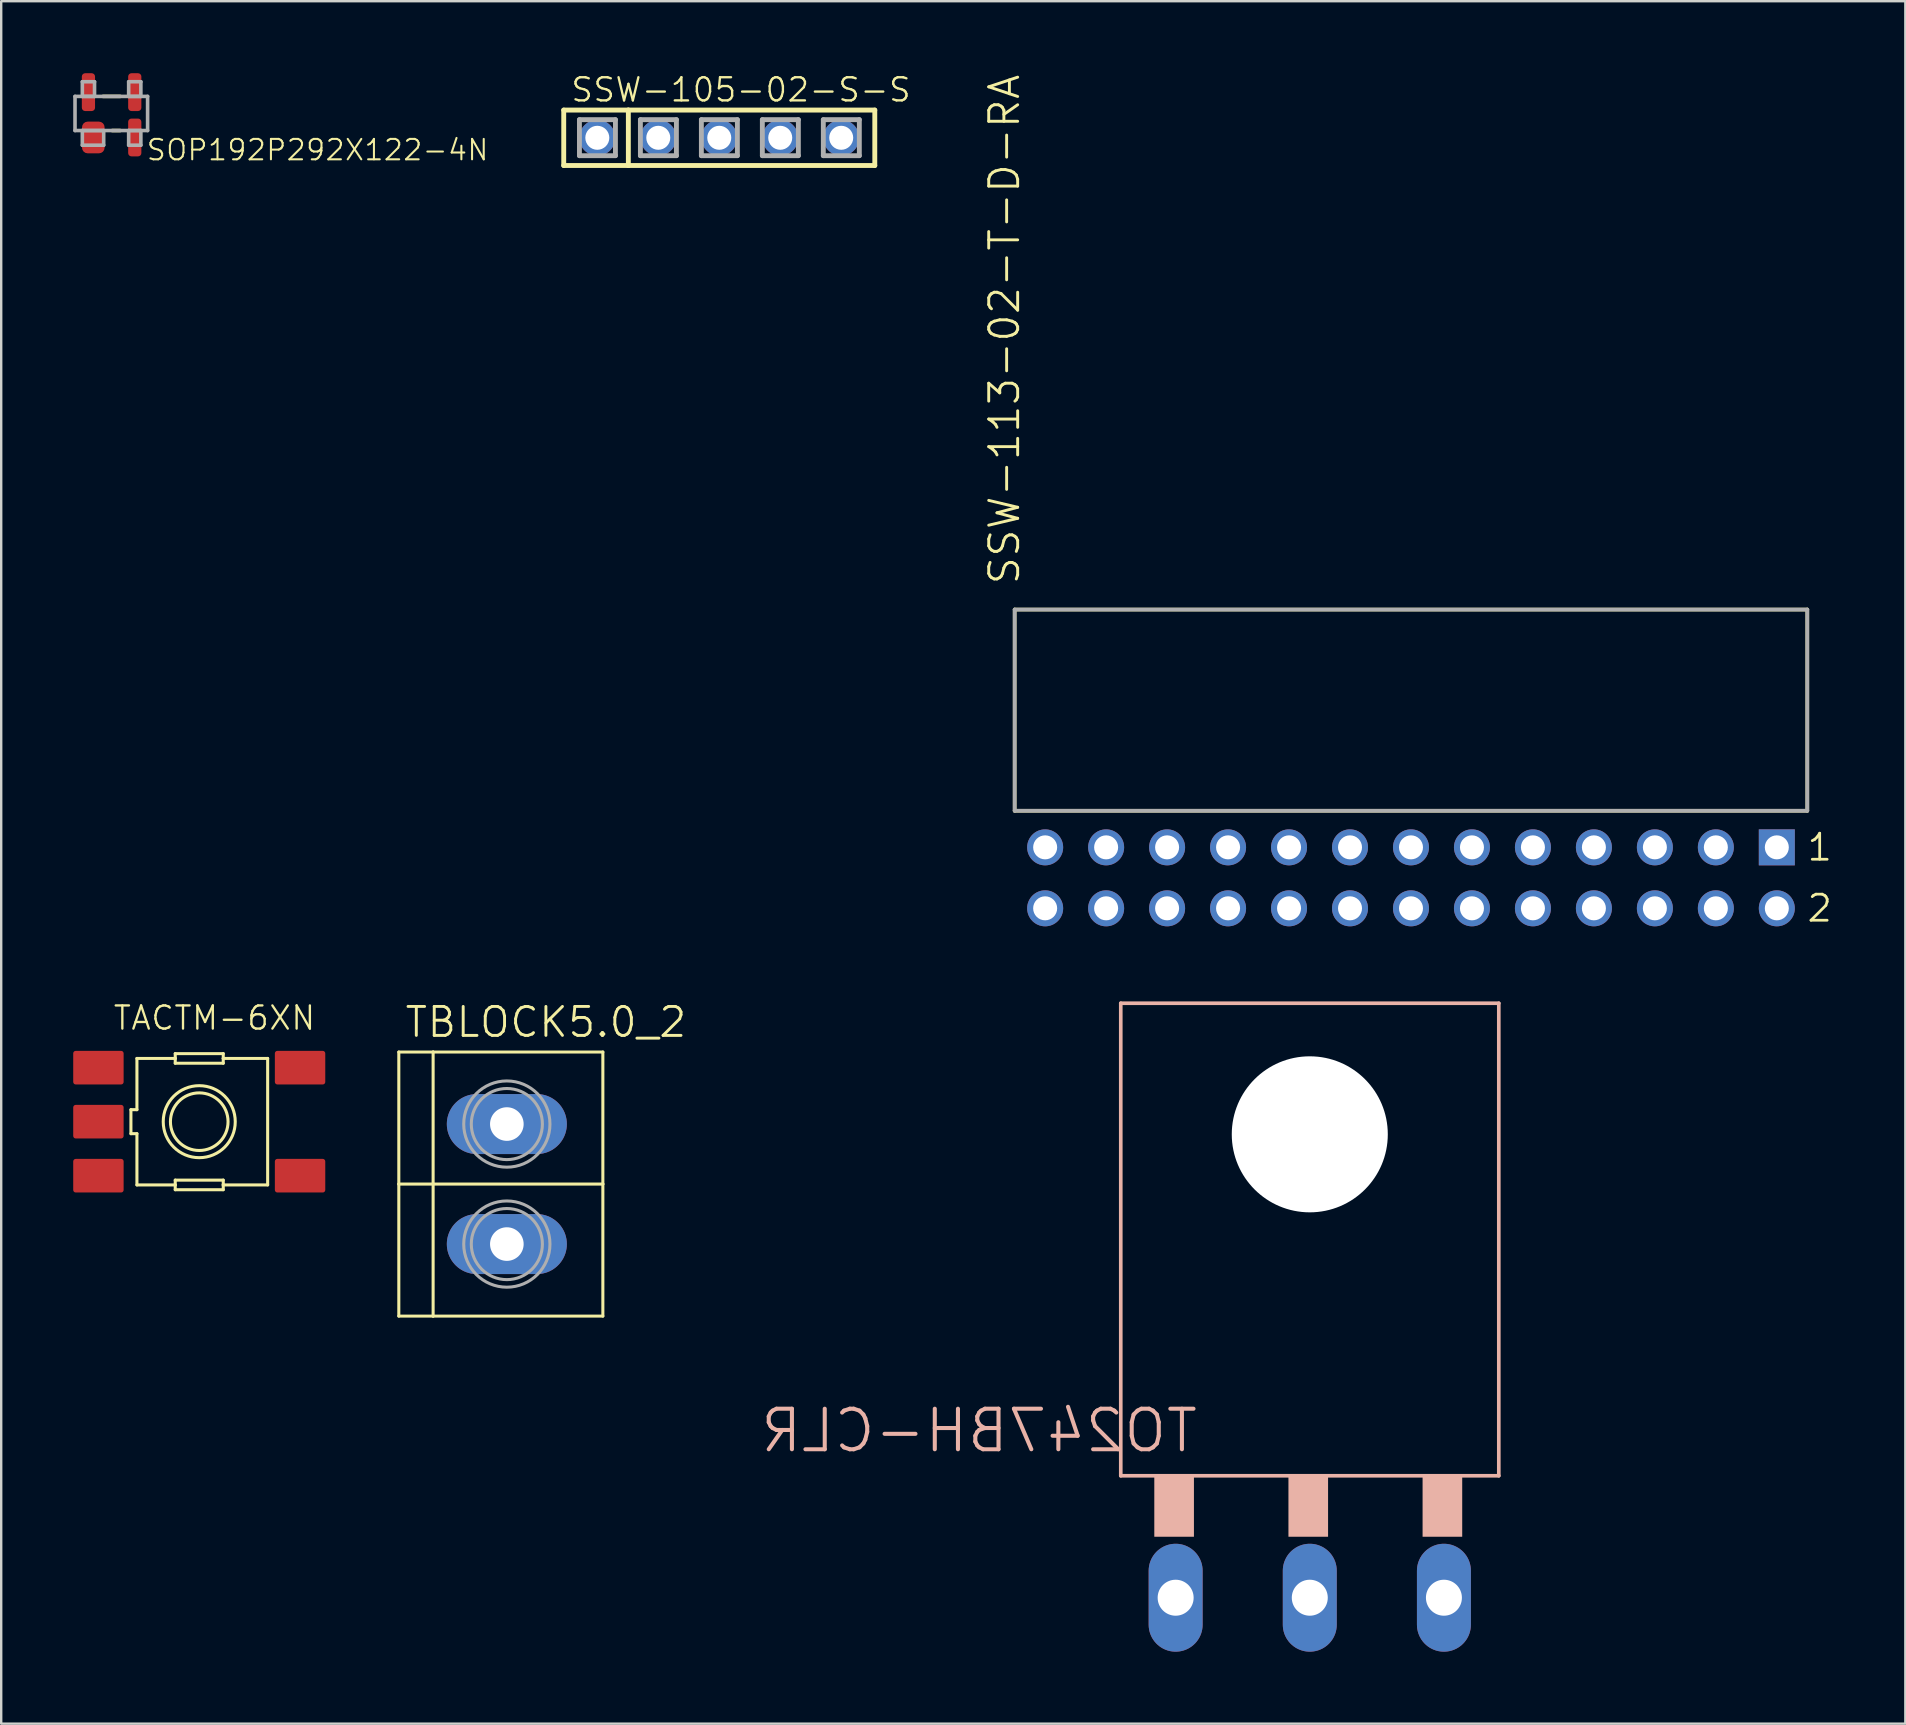
<source format=kicad_pcb>
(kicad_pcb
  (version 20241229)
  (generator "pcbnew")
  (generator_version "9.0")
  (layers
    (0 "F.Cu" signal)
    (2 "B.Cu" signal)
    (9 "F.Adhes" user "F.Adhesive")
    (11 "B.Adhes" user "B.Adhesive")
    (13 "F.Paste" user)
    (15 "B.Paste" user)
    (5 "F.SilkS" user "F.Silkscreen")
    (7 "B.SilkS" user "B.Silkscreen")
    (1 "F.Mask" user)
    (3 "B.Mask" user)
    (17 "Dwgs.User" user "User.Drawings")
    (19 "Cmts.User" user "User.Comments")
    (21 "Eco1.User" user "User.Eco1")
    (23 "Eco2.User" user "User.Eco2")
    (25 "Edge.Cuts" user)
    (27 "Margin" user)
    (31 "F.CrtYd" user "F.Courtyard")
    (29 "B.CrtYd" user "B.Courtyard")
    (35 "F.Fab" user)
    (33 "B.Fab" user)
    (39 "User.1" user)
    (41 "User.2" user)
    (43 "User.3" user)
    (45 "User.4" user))
  (footprint "TACTM-6XN"
    (layer "F.Cu")
    (at 5.25 43.677)
    (property "Reference" "TACTM-6XN" (at -3.635 -3.755 0) (layer "F.SilkS") (effects (font (size 0.965 0.965) (thickness 0.097)) (justify left bottom)))
    (attr through_hole)
    (fp_line (start -2.846 -0.5) (end -2.846 0.5) (stroke (width 0.127) (type solid)) (layer "F.SilkS"))
    (fp_line (start -2.846 0.5) (end -2.596 0.5) (stroke (width 0.127) (type solid)) (layer "F.SilkS"))
    (fp_line (start -2.596 -2.635) (end -2.596 -0.5) (stroke (width 0.127) (type solid)) (layer "F.SilkS"))
    (fp_line (start -2.596 -2.635) (end -1 -2.635) (stroke (width 0.127) (type solid)) (layer "F.SilkS"))
    (fp_line (start -2.596 -0.5) (end -2.846 -0.5) (stroke (width 0.127) (type solid)) (layer "F.SilkS"))
    (fp_line (start -2.596 0.5) (end -2.596 2.635) (stroke (width 0.127) (type solid)) (layer "F.SilkS"))
    (fp_line (start -1 -2.835) (end -1 -2.635) (stroke (width 0.127) (type solid)) (layer "F.SilkS"))
    (fp_line (start -1 -2.635) (end -1 -2.435) (stroke (width 0.127) (type solid)) (layer "F.SilkS"))
    (fp_line (start -1 -2.435) (end 1 -2.435) (stroke (width 0.127) (type solid)) (layer "F.SilkS"))
    (fp_line (start -1 2.435) (end -1 2.635) (stroke (width 0.127) (type solid)) (layer "F.SilkS"))
    (fp_line (start -1 2.635) (end -2.596 2.635) (stroke (width 0.127) (type solid)) (layer "F.SilkS"))
    (fp_line (start -1 2.635) (end -1 2.835) (stroke (width 0.127) (type solid)) (layer "F.SilkS"))
    (fp_line (start -1 2.835) (end 1 2.835) (stroke (width 0.127) (type solid)) (layer "F.SilkS"))
    (fp_line (start 1 -2.835) (end -1 -2.835) (stroke (width 0.127) (type solid)) (layer "F.SilkS"))
    (fp_line (start 1 -2.635) (end 1 -2.835) (stroke (width 0.127) (type solid)) (layer "F.SilkS"))
    (fp_line (start 1 -2.635) (end 2.85 -2.635) (stroke (width 0.127) (type solid)) (layer "F.SilkS"))
    (fp_line (start 1 -2.435) (end 1 -2.635) (stroke (width 0.127) (type solid)) (layer "F.SilkS"))
    (fp_line (start 1 2.435) (end -1 2.435) (stroke (width 0.127) (type solid)) (layer "F.SilkS"))
    (fp_line (start 1 2.635) (end 1 2.435) (stroke (width 0.127) (type solid)) (layer "F.SilkS"))
    (fp_line (start 1 2.635) (end 2.85 2.635) (stroke (width 0.127) (type solid)) (layer "F.SilkS"))
    (fp_line (start 1 2.835) (end 1 2.635) (stroke (width 0.127) (type solid)) (layer "F.SilkS"))
    (fp_line (start 2.85 2.635) (end 2.85 -2.635) (stroke (width 0.127) (type solid)) (layer "F.SilkS"))
    (fp_circle (center 0 0) (end 1.2 0) (stroke (width 0.127) (type solid)) (fill no) (layer "F.SilkS"))
    (fp_circle (center 0 0) (end 1.5 0) (stroke (width 0.127) (type solid)) (fill no) (layer "F.SilkS"))
    (fp_poly (pts (xy -4.699 0.381) (xy -3.81 0.381) (xy -3.81 -0.381) (xy -4.699 -0.381)) (stroke (width 0) (type solid)) (fill yes) (layer "F.Paste"))
    (pad "1" smd roundrect (at -4.2 -2.25) (size 2.1 1.4) (layers "F.Cu" "F.Mask" "F.Paste") (roundrect_rratio 0.075))
    (pad "2" smd roundrect (at 4.2 -2.25) (size 2.1 1.4) (layers "F.Cu" "F.Mask" "F.Paste") (roundrect_rratio 0.075))
    (pad "3" smd roundrect (at -4.2 2.25) (size 2.1 1.4) (layers "F.Cu" "F.Mask" "F.Paste") (roundrect_rratio 0.075))
    (pad "4" smd roundrect (at 4.2 2.25) (size 2.1 1.4) (layers "F.Cu" "F.Mask" "F.Paste") (roundrect_rratio 0.075))
    (pad "5" smd roundrect (at -4.2 0) (size 2.1 1.4) (layers "F.Cu" "F.Mask") (roundrect_rratio 0.075)))
  (footprint "TBLOCK5.0_2"
    (layer "F.Cu")
    (at 18.064 43.776)
    (property "Reference" "TBLOCK5.0_2" (at -4.31 -3.54 0) (layer "F.SilkS") (effects (font (size 1.206 1.206) (thickness 0.121)) (justify left bottom)))
    (attr through_hole)
    (fp_line (start -4.5 -3) (end -3.071 -3) (stroke (width 0.127) (type solid)) (layer "F.SilkS"))
    (fp_line (start -4.5 2.5) (end -4.5 -3) (stroke (width 0.127) (type solid)) (layer "F.SilkS"))
    (fp_line (start -4.5 2.5) (end 4 2.5) (stroke (width 0.127) (type solid)) (layer "F.SilkS"))
    (fp_line (start -4.5 8) (end -4.5 2.5) (stroke (width 0.127) (type solid)) (layer "F.SilkS"))
    (fp_line (start -3.071 -3) (end -3.071 8) (stroke (width 0.127) (type solid)) (layer "F.SilkS"))
    (fp_line (start -3.071 -3) (end 4 -3) (stroke (width 0.127) (type solid)) (layer "F.SilkS"))
    (fp_line (start -3.071 8) (end -4.5 8) (stroke (width 0.127) (type solid)) (layer "F.SilkS"))
    (fp_line (start 4 -3) (end 4 2.5) (stroke (width 0.127) (type solid)) (layer "F.SilkS"))
    (fp_line (start 4 2.5) (end 4 8) (stroke (width 0.127) (type solid)) (layer "F.SilkS"))
    (fp_line (start 4 8) (end -3.071 8) (stroke (width 0.127) (type solid)) (layer "F.SilkS"))
    (fp_circle (center 0 0) (end 1.481 0) (stroke (width 0.127) (type solid)) (fill no) (layer "F.Fab"))
    (fp_circle (center 0 0) (end 1.796 0) (stroke (width 0.127) (type solid)) (fill no) (layer "F.Fab"))
    (fp_circle (center 0 5) (end 1.481 5) (stroke (width 0.127) (type solid)) (fill no) (layer "F.Fab"))
    (fp_circle (center 0 5) (end 1.796 5) (stroke (width 0.127) (type solid)) (fill no) (layer "F.Fab"))
    (pad "1" thru_hole oval (at 0 0) (size 5 2.5) (drill 1.4) (layers "*.Cu" "*.Mask"))
    (pad "2" thru_hole oval (at 0 5) (size 5 2.5) (drill 1.4) (layers "*.Cu" "*.Mask")))
  (footprint "SOP192P292X122-4N"
    (layer "F.Cu")
    (at 1.599 1.677)
    (property "Reference" "SOP192P292X122-4N" (at 1.401 2.018 180) (layer "F.SilkS") (effects (font (size 0.85 0.85) (thickness 0.085)) (justify left bottom)))
    (attr through_hole)
    (fp_line (start -0.356 -0.711) (end 0.356 -0.711) (stroke (width 0.15) (type solid)) (layer "F.SilkS"))
    (fp_line (start 0.356 0.711) (end 0.025 0.711) (stroke (width 0.15) (type solid)) (layer "F.SilkS"))
    (fp_line (start -1.524 -0.711) (end 1.5 -0.711) (stroke (width 0.15) (type solid)) (layer "F.Fab"))
    (fp_line (start -1.524 0.711) (end -1.524 -0.711) (stroke (width 0.15) (type solid)) (layer "F.Fab"))
    (fp_line (start -1.219 -1.321) (end -1.219 -0.711) (stroke (width 0.15) (type solid)) (layer "F.Fab"))
    (fp_line (start -1.219 -0.711) (end -0.711 -0.711) (stroke (width 0.15) (type solid)) (layer "F.Fab"))
    (fp_line (start -1.219 0.711) (end -1.219 1.321) (stroke (width 0.15) (type solid)) (layer "F.Fab"))
    (fp_line (start -1.219 1.321) (end -0.33 1.321) (stroke (width 0.15) (type solid)) (layer "F.Fab"))
    (fp_line (start -0.711 -1.321) (end -1.219 -1.321) (stroke (width 0.15) (type solid)) (layer "F.Fab"))
    (fp_line (start -0.711 -0.711) (end -0.711 -1.321) (stroke (width 0.15) (type solid)) (layer "F.Fab"))
    (fp_line (start -0.33 0.711) (end -1.219 0.711) (stroke (width 0.15) (type solid)) (layer "F.Fab"))
    (fp_line (start -0.33 1.321) (end -0.33 0.711) (stroke (width 0.15) (type solid)) (layer "F.Fab"))
    (fp_line (start 0.711 -1.321) (end 0.711 -0.711) (stroke (width 0.15) (type solid)) (layer "F.Fab"))
    (fp_line (start 0.711 -0.711) (end 1.219 -0.711) (stroke (width 0.15) (type solid)) (layer "F.Fab"))
    (fp_line (start 0.711 0.711) (end 0.711 1.321) (stroke (width 0.15) (type solid)) (layer "F.Fab"))
    (fp_line (start 0.711 1.321) (end 1.219 1.321) (stroke (width 0.15) (type solid)) (layer "F.Fab"))
    (fp_line (start 1.219 -1.321) (end 0.711 -1.321) (stroke (width 0.15) (type solid)) (layer "F.Fab"))
    (fp_line (start 1.219 -0.711) (end 1.219 -1.321) (stroke (width 0.15) (type solid)) (layer "F.Fab"))
    (fp_line (start 1.219 0.711) (end 0.711 0.711) (stroke (width 0.15) (type solid)) (layer "F.Fab"))
    (fp_line (start 1.219 1.321) (end 1.219 0.711) (stroke (width 0.15) (type solid)) (layer "F.Fab"))
    (fp_line (start 1.5 -0.711) (end 1.5 0.711) (stroke (width 0.15) (type solid)) (layer "F.Fab"))
    (fp_line (start 1.5 0.711) (end -1.524 0.711) (stroke (width 0.15) (type solid)) (layer "F.Fab"))
    (pad "1" smd roundrect (at -0.762 1) (size 0.94 1.321) (layers "F.Cu" "F.Mask" "F.Paste") (roundrect_rratio 0.25))
    (pad "2" smd roundrect (at 0.965 1) (size 0.55 1.575) (layers "F.Cu" "F.Mask" "F.Paste") (roundrect_rratio 0.25))
    (pad "3" smd roundrect (at 0.965 -0.889) (size 0.55 1.575) (layers "F.Cu" "F.Mask" "F.Paste") (roundrect_rratio 0.25))
    (pad "4" smd roundrect (at -0.965 -0.889) (size 0.55 1.575) (layers "F.Cu" "F.Mask" "F.Paste") (roundrect_rratio 0.25)))
  (footprint "SSW-105-02-S-S"
    (layer "F.Cu")
    (at 26.913 2.69)
    (property "Reference" "SSW-105-02-S-S" (at -6.236 -1.435 180) (layer "F.SilkS") (effects (font (size 0.965 0.965) (thickness 0.097)) (justify left bottom)))
    (attr through_hole)
    (fp_line (start -6.479 -1.155) (end -3.787 -1.155) (stroke (width 0.203) (type solid)) (layer "F.SilkS"))
    (fp_line (start -6.479 1.155) (end -6.479 -1.155) (stroke (width 0.203) (type solid)) (layer "F.SilkS"))
    (fp_line (start -3.787 -1.155) (end 6.479 -1.155) (stroke (width 0.203) (type solid)) (layer "F.SilkS"))
    (fp_line (start -3.787 1.155) (end -6.479 1.155) (stroke (width 0.203) (type solid)) (layer "F.SilkS"))
    (fp_line (start -3.787 1.155) (end -3.787 -1.155) (stroke (width 0.203) (type solid)) (layer "F.SilkS"))
    (fp_line (start 6.479 -1.155) (end 6.479 1.155) (stroke (width 0.203) (type solid)) (layer "F.SilkS"))
    (fp_line (start 6.479 1.155) (end -3.787 1.155) (stroke (width 0.203) (type solid)) (layer "F.SilkS"))
    (fp_line (start -5.825 -0.755) (end -4.325 -0.755) (stroke (width 0.203) (type solid)) (layer "F.Fab"))
    (fp_line (start -5.825 0.745) (end -5.825 -0.755) (stroke (width 0.203) (type solid)) (layer "F.Fab"))
    (fp_line (start -4.325 -0.755) (end -4.325 0.745) (stroke (width 0.203) (type solid)) (layer "F.Fab"))
    (fp_line (start -4.325 0.745) (end -5.825 0.745) (stroke (width 0.203) (type solid)) (layer "F.Fab"))
    (fp_line (start -3.285 -0.755) (end -1.785 -0.755) (stroke (width 0.203) (type solid)) (layer "F.Fab"))
    (fp_line (start -3.285 0.745) (end -3.285 -0.755) (stroke (width 0.203) (type solid)) (layer "F.Fab"))
    (fp_line (start -1.785 -0.755) (end -1.785 0.745) (stroke (width 0.203) (type solid)) (layer "F.Fab"))
    (fp_line (start -1.785 0.745) (end -3.285 0.745) (stroke (width 0.203) (type solid)) (layer "F.Fab"))
    (fp_line (start -0.745 -0.755) (end 0.755 -0.755) (stroke (width 0.203) (type solid)) (layer "F.Fab"))
    (fp_line (start -0.745 0.745) (end -0.745 -0.755) (stroke (width 0.203) (type solid)) (layer "F.Fab"))
    (fp_line (start 0.755 -0.755) (end 0.755 0.745) (stroke (width 0.203) (type solid)) (layer "F.Fab"))
    (fp_line (start 0.755 0.745) (end -0.745 0.745) (stroke (width 0.203) (type solid)) (layer "F.Fab"))
    (fp_line (start 1.795 -0.755) (end 3.295 -0.755) (stroke (width 0.203) (type solid)) (layer "F.Fab"))
    (fp_line (start 1.795 0.745) (end 1.795 -0.755) (stroke (width 0.203) (type solid)) (layer "F.Fab"))
    (fp_line (start 3.295 -0.755) (end 3.295 0.745) (stroke (width 0.203) (type solid)) (layer "F.Fab"))
    (fp_line (start 3.295 0.745) (end 1.795 0.745) (stroke (width 0.203) (type solid)) (layer "F.Fab"))
    (fp_line (start 4.335 -0.755) (end 5.835 -0.755) (stroke (width 0.203) (type solid)) (layer "F.Fab"))
    (fp_line (start 4.335 0.745) (end 4.335 -0.755) (stroke (width 0.203) (type solid)) (layer "F.Fab"))
    (fp_line (start 5.835 -0.755) (end 5.835 0.745) (stroke (width 0.203) (type solid)) (layer "F.Fab"))
    (fp_line (start 5.835 0.745) (end 4.335 0.745) (stroke (width 0.203) (type solid)) (layer "F.Fab"))
    (pad "1" thru_hole circle (at -5.08 0) (size 1.5 1.5) (drill 1) (layers "*.Cu" "*.Mask"))
    (pad "2" thru_hole circle (at -2.54 0) (size 1.5 1.5) (drill 1) (layers "*.Cu" "*.Mask"))
    (pad "3" thru_hole circle (at 0 0) (size 1.5 1.5) (drill 1) (layers "*.Cu" "*.Mask"))
    (pad "4" thru_hole circle (at 2.54 0) (size 1.5 1.5) (drill 1) (layers "*.Cu" "*.Mask"))
    (pad "5" thru_hole circle (at 5.08 0) (size 1.5 1.5) (drill 1) (layers "*.Cu" "*.Mask")))
  (footprint "TO247BH-CLR"
    (layer "F.Cu")
    (at 51.513 44.204)
    (property "Reference" "TO247BH-CLR" (at -4.572 13.335 0) (layer "B.SilkS") (effects (font (size 1.689 1.689) (thickness 0.169)) (justify left bottom mirror)))
    (attr through_hole)
    (fp_line (start -7.874 14.224) (end -7.874 -5.461) (stroke (width 0.152) (type solid)) (layer "B.SilkS"))
    (fp_line (start -7.874 14.224) (end 7.874 14.224) (stroke (width 0.152) (type solid)) (layer "B.SilkS"))
    (fp_line (start 7.874 -5.461) (end -7.874 -5.461) (stroke (width 0.152) (type solid)) (layer "B.SilkS"))
    (fp_line (start 7.874 -5.461) (end 7.874 14.224) (stroke (width 0.152) (type solid)) (layer "B.SilkS"))
    (fp_poly (pts (xy -6.477 16.764) (xy -4.826 16.764) (xy -4.826 14.224) (xy -6.477 14.224)) (stroke (width 0) (type solid)) (fill yes) (layer "B.SilkS"))
    (fp_poly (pts (xy -0.889 16.764) (xy 0.762 16.764) (xy 0.762 14.224) (xy -0.889 14.224)) (stroke (width 0) (type solid)) (fill yes) (layer "B.SilkS"))
    (fp_poly (pts (xy 4.699 16.764) (xy 6.35 16.764) (xy 6.35 14.224) (xy 4.699 14.224)) (stroke (width 0) (type solid)) (fill yes) (layer "B.SilkS"))
    (pad "" np_thru_hole circle (at 0 0) (size 6.5 6.5) (drill 6.5) (layers "*.Cu"))
    (pad "D" thru_hole oval (at 0 19.304 90) (size 4.496 2.248) (drill 1.499) (layers "*.Cu" "*.Mask"))
    (pad "G" thru_hole oval (at -5.588 19.304 90) (size 4.496 2.248) (drill 1.499) (layers "*.Cu" "*.Mask"))
    (pad "S" thru_hole oval (at 5.588 19.304 90) (size 4.496 2.248) (drill 1.499) (layers "*.Cu" "*.Mask")))
  (footprint "SSW-113-02-T-D-RA"
    (layer "F.Cu")
    (at 40.489 34.789)
    (property "Reference" "SSW-113-02-T-D-RA" (at -0.991 -13.411 270) (layer "F.SilkS") (effects (font (size 1.206 1.206) (thickness 0.121)) (justify left bottom)))
    (attr through_hole)
    (fp_line (start -1.27 -12.446) (end -1.27 -4.064) (stroke (width 0.152) (type solid)) (layer "F.SilkS"))
    (fp_line (start -1.27 -4.064) (end 31.75 -4.064) (stroke (width 0.152) (type solid)) (layer "F.SilkS"))
    (fp_line (start 31.75 -12.446) (end -1.27 -12.446) (stroke (width 0.152) (type solid)) (layer "F.SilkS"))
    (fp_line (start 31.75 -4.064) (end 31.75 -12.446) (stroke (width 0.152) (type solid)) (layer "F.SilkS"))
    (fp_line (start -1.27 -12.446) (end -1.27 -4.064) (stroke (width 0.152) (type solid)) (layer "F.Fab"))
    (fp_line (start -1.27 -4.064) (end 31.75 -4.064) (stroke (width 0.152) (type solid)) (layer "F.Fab"))
    (fp_line (start 31.75 -12.446) (end -1.27 -12.446) (stroke (width 0.152) (type solid)) (layer "F.Fab"))
    (fp_line (start 31.75 -4.064) (end 31.75 -12.446) (stroke (width 0.152) (type solid)) (layer "F.Fab"))
    (fp_text user "2" (at 31.674 0.635 0) (layer "F.SilkS") (effects (font (size 1.086 1.086) (thickness 0.114)) (justify left bottom)))
    (fp_text user "1" (at 31.674 -1.905 0) (layer "F.SilkS") (effects (font (size 1.086 1.086) (thickness 0.114)) (justify left bottom)))
    (pad "1" thru_hole rect (at 30.48 -2.54) (size 1.5 1.5) (drill 1) (layers "*.Cu" "*.Mask"))
    (pad "2" thru_hole circle (at 30.48 0) (size 1.5 1.5) (drill 1) (layers "*.Cu" "*.Mask"))
    (pad "3" thru_hole circle (at 27.94 -2.54) (size 1.5 1.5) (drill 1) (layers "*.Cu" "*.Mask"))
    (pad "4" thru_hole circle (at 27.94 0) (size 1.5 1.5) (drill 1) (layers "*.Cu" "*.Mask"))
    (pad "5" thru_hole circle (at 25.4 -2.54) (size 1.5 1.5) (drill 1) (layers "*.Cu" "*.Mask"))
    (pad "6" thru_hole circle (at 25.4 0) (size 1.5 1.5) (drill 1) (layers "*.Cu" "*.Mask"))
    (pad "7" thru_hole circle (at 22.86 -2.54) (size 1.5 1.5) (drill 1) (layers "*.Cu" "*.Mask"))
    (pad "8" thru_hole circle (at 22.86 0) (size 1.5 1.5) (drill 1) (layers "*.Cu" "*.Mask"))
    (pad "9" thru_hole circle (at 20.32 -2.54) (size 1.5 1.5) (drill 1) (layers "*.Cu" "*.Mask"))
    (pad "10" thru_hole circle (at 20.32 0) (size 1.5 1.5) (drill 1) (layers "*.Cu" "*.Mask"))
    (pad "11" thru_hole circle (at 17.78 -2.54) (size 1.5 1.5) (drill 1) (layers "*.Cu" "*.Mask"))
    (pad "12" thru_hole circle (at 17.78 0) (size 1.5 1.5) (drill 1) (layers "*.Cu" "*.Mask"))
    (pad "13" thru_hole circle (at 15.24 -2.54) (size 1.5 1.5) (drill 1) (layers "*.Cu" "*.Mask"))
    (pad "14" thru_hole circle (at 15.24 0) (size 1.5 1.5) (drill 1) (layers "*.Cu" "*.Mask"))
    (pad "15" thru_hole circle (at 12.7 -2.54) (size 1.5 1.5) (drill 1) (layers "*.Cu" "*.Mask"))
    (pad "16" thru_hole circle (at 12.7 0) (size 1.5 1.5) (drill 1) (layers "*.Cu" "*.Mask"))
    (pad "17" thru_hole circle (at 10.16 -2.54) (size 1.5 1.5) (drill 1) (layers "*.Cu" "*.Mask"))
    (pad "18" thru_hole circle (at 10.16 0) (size 1.5 1.5) (drill 1) (layers "*.Cu" "*.Mask"))
    (pad "19" thru_hole circle (at 7.62 -2.54) (size 1.5 1.5) (drill 1) (layers "*.Cu" "*.Mask"))
    (pad "20" thru_hole circle (at 7.62 0) (size 1.5 1.5) (drill 1) (layers "*.Cu" "*.Mask"))
    (pad "21" thru_hole circle (at 5.08 -2.54) (size 1.5 1.5) (drill 1) (layers "*.Cu" "*.Mask"))
    (pad "22" thru_hole circle (at 5.08 0) (size 1.5 1.5) (drill 1) (layers "*.Cu" "*.Mask"))
    (pad "23" thru_hole circle (at 2.54 -2.54) (size 1.5 1.5) (drill 1) (layers "*.Cu" "*.Mask"))
    (pad "24" thru_hole circle (at 2.54 0) (size 1.5 1.5) (drill 1) (layers "*.Cu" "*.Mask"))
    (pad "25" thru_hole circle (at 0 -2.54) (size 1.5 1.5) (drill 1) (layers "*.Cu" "*.Mask"))
    (pad "26" thru_hole circle (at 0 0) (size 1.5 1.5) (drill 1) (layers "*.Cu" "*.Mask")))
  (gr_rect
    (start -3 -3)
    (end 76.323 68.756)
    (stroke (width 0.1) (type default))
    (fill no)
    (layer "Edge.Cuts")))
</source>
